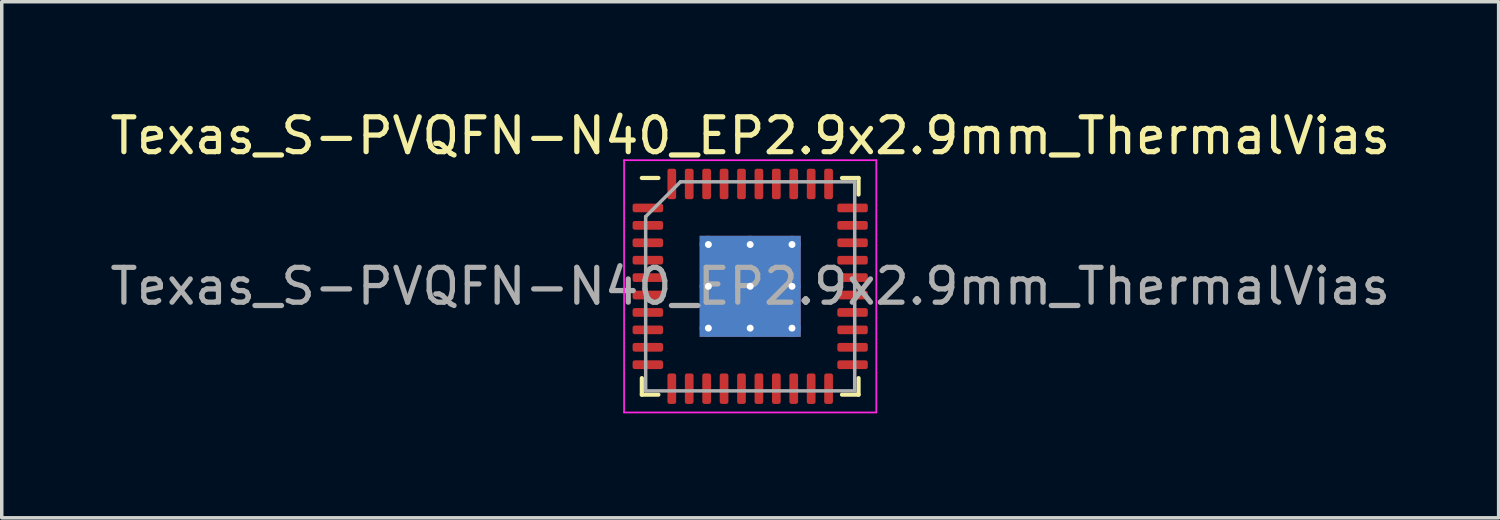
<source format=kicad_pcb>
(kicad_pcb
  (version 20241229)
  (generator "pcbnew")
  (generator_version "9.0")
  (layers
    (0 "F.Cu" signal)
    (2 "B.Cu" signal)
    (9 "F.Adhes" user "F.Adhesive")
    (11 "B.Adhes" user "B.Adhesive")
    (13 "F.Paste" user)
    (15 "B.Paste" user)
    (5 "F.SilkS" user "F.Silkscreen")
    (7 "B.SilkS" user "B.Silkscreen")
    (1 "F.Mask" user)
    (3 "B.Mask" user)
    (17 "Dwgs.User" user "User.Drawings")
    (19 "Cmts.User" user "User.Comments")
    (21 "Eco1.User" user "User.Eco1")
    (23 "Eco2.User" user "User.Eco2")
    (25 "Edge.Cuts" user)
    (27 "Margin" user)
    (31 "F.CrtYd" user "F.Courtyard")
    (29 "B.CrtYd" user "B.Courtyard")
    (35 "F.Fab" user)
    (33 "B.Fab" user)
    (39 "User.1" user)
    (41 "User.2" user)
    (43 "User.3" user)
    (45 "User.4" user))
  (footprint "Texas_S-PVQFN-N40_EP2.9x2.9mm_ThermalVias"
    (layer "F.Cu")
    (at 18.482 5.168)
    (property "Reference" "Texas_S-PVQFN-N40_EP2.9x2.9mm_ThermalVias" (at 0 -4.32 0) (layer "F.SilkS") (effects (font (size 1 1) (thickness 0.15))))
    (attr smd)
    (fp_line (start -3.11 3.11) (end -3.11 2.635) (stroke (width 0.12) (type solid)) (layer "F.SilkS"))
    (fp_line (start -2.635 -3.11) (end -3.11 -3.11) (stroke (width 0.12) (type solid)) (layer "F.SilkS"))
    (fp_line (start -2.635 3.11) (end -3.11 3.11) (stroke (width 0.12) (type solid)) (layer "F.SilkS"))
    (fp_line (start 2.635 -3.11) (end 3.11 -3.11) (stroke (width 0.12) (type solid)) (layer "F.SilkS"))
    (fp_line (start 2.635 3.11) (end 3.11 3.11) (stroke (width 0.12) (type solid)) (layer "F.SilkS"))
    (fp_line (start 3.11 -3.11) (end 3.11 -2.635) (stroke (width 0.12) (type solid)) (layer "F.SilkS"))
    (fp_line (start 3.11 3.11) (end 3.11 2.635) (stroke (width 0.12) (type solid)) (layer "F.SilkS"))
    (fp_line (start -3.62 -3.62) (end -3.62 3.62) (stroke (width 0.05) (type solid)) (layer "F.CrtYd"))
    (fp_line (start -3.62 3.62) (end 3.62 3.62) (stroke (width 0.05) (type solid)) (layer "F.CrtYd"))
    (fp_line (start 3.62 -3.62) (end -3.62 -3.62) (stroke (width 0.05) (type solid)) (layer "F.CrtYd"))
    (fp_line (start 3.62 3.62) (end 3.62 -3.62) (stroke (width 0.05) (type solid)) (layer "F.CrtYd"))
    (fp_line (start -3 -2) (end -2 -3) (stroke (width 0.1) (type solid)) (layer "F.Fab"))
    (fp_line (start -3 3) (end -3 -2) (stroke (width 0.1) (type solid)) (layer "F.Fab"))
    (fp_line (start -2 -3) (end 3 -3) (stroke (width 0.1) (type solid)) (layer "F.Fab"))
    (fp_line (start 3 -3) (end 3 3) (stroke (width 0.1) (type solid)) (layer "F.Fab"))
    (fp_line (start 3 3) (end -3 3) (stroke (width 0.1) (type solid)) (layer "F.Fab"))
    (fp_text user "${REFERENCE}" (at 0 0 0) (layer "F.Fab") (effects (font (size 1 1) (thickness 0.15))))
    (pad "" smd roundrect (at -0.725 -0.725) (size 1.21 1.21) (layers "F.Paste") (roundrect_rratio 0.207))
    (pad "" smd roundrect (at -0.725 0.725) (size 1.21 1.21) (layers "F.Paste") (roundrect_rratio 0.207))
    (pad "" smd roundrect (at 0.725 -0.725) (size 1.21 1.21) (layers "F.Paste") (roundrect_rratio 0.207))
    (pad "" smd roundrect (at 0.725 0.725) (size 1.21 1.21) (layers "F.Paste") (roundrect_rratio 0.207))
    (pad "1" smd roundrect (at -2.938 -2.25) (size 0.875 0.25) (layers "F.Cu" "F.Mask" "F.Paste") (roundrect_rratio 0.25))
    (pad "2" smd roundrect (at -2.938 -1.75) (size 0.875 0.25) (layers "F.Cu" "F.Mask" "F.Paste") (roundrect_rratio 0.25))
    (pad "3" smd roundrect (at -2.938 -1.25) (size 0.875 0.25) (layers "F.Cu" "F.Mask" "F.Paste") (roundrect_rratio 0.25))
    (pad "4" smd roundrect (at -2.938 -0.75) (size 0.875 0.25) (layers "F.Cu" "F.Mask" "F.Paste") (roundrect_rratio 0.25))
    (pad "5" smd roundrect (at -2.938 -0.25) (size 0.875 0.25) (layers "F.Cu" "F.Mask" "F.Paste") (roundrect_rratio 0.25))
    (pad "6" smd roundrect (at -2.938 0.25) (size 0.875 0.25) (layers "F.Cu" "F.Mask" "F.Paste") (roundrect_rratio 0.25))
    (pad "7" smd roundrect (at -2.938 0.75) (size 0.875 0.25) (layers "F.Cu" "F.Mask" "F.Paste") (roundrect_rratio 0.25))
    (pad "8" smd roundrect (at -2.938 1.25) (size 0.875 0.25) (layers "F.Cu" "F.Mask" "F.Paste") (roundrect_rratio 0.25))
    (pad "9" smd roundrect (at -2.938 1.75) (size 0.875 0.25) (layers "F.Cu" "F.Mask" "F.Paste") (roundrect_rratio 0.25))
    (pad "10" smd roundrect (at -2.938 2.25) (size 0.875 0.25) (layers "F.Cu" "F.Mask" "F.Paste") (roundrect_rratio 0.25))
    (pad "11" smd roundrect (at -2.25 2.938) (size 0.25 0.875) (layers "F.Cu" "F.Mask" "F.Paste") (roundrect_rratio 0.25))
    (pad "12" smd roundrect (at -1.75 2.938) (size 0.25 0.875) (layers "F.Cu" "F.Mask" "F.Paste") (roundrect_rratio 0.25))
    (pad "13" smd roundrect (at -1.25 2.938) (size 0.25 0.875) (layers "F.Cu" "F.Mask" "F.Paste") (roundrect_rratio 0.25))
    (pad "14" smd roundrect (at -0.75 2.938) (size 0.25 0.875) (layers "F.Cu" "F.Mask" "F.Paste") (roundrect_rratio 0.25))
    (pad "15" smd roundrect (at -0.25 2.938) (size 0.25 0.875) (layers "F.Cu" "F.Mask" "F.Paste") (roundrect_rratio 0.25))
    (pad "16" smd roundrect (at 0.25 2.938) (size 0.25 0.875) (layers "F.Cu" "F.Mask" "F.Paste") (roundrect_rratio 0.25))
    (pad "17" smd roundrect (at 0.75 2.938) (size 0.25 0.875) (layers "F.Cu" "F.Mask" "F.Paste") (roundrect_rratio 0.25))
    (pad "18" smd roundrect (at 1.25 2.938) (size 0.25 0.875) (layers "F.Cu" "F.Mask" "F.Paste") (roundrect_rratio 0.25))
    (pad "19" smd roundrect (at 1.75 2.938) (size 0.25 0.875) (layers "F.Cu" "F.Mask" "F.Paste") (roundrect_rratio 0.25))
    (pad "20" smd roundrect (at 2.25 2.938) (size 0.25 0.875) (layers "F.Cu" "F.Mask" "F.Paste") (roundrect_rratio 0.25))
    (pad "21" smd roundrect (at 2.938 2.25) (size 0.875 0.25) (layers "F.Cu" "F.Mask" "F.Paste") (roundrect_rratio 0.25))
    (pad "22" smd roundrect (at 2.938 1.75) (size 0.875 0.25) (layers "F.Cu" "F.Mask" "F.Paste") (roundrect_rratio 0.25))
    (pad "23" smd roundrect (at 2.938 1.25) (size 0.875 0.25) (layers "F.Cu" "F.Mask" "F.Paste") (roundrect_rratio 0.25))
    (pad "24" smd roundrect (at 2.938 0.75) (size 0.875 0.25) (layers "F.Cu" "F.Mask" "F.Paste") (roundrect_rratio 0.25))
    (pad "25" smd roundrect (at 2.938 0.25) (size 0.875 0.25) (layers "F.Cu" "F.Mask" "F.Paste") (roundrect_rratio 0.25))
    (pad "26" smd roundrect (at 2.938 -0.25) (size 0.875 0.25) (layers "F.Cu" "F.Mask" "F.Paste") (roundrect_rratio 0.25))
    (pad "27" smd roundrect (at 2.938 -0.75) (size 0.875 0.25) (layers "F.Cu" "F.Mask" "F.Paste") (roundrect_rratio 0.25))
    (pad "28" smd roundrect (at 2.938 -1.25) (size 0.875 0.25) (layers "F.Cu" "F.Mask" "F.Paste") (roundrect_rratio 0.25))
    (pad "29" smd roundrect (at 2.938 -1.75) (size 0.875 0.25) (layers "F.Cu" "F.Mask" "F.Paste") (roundrect_rratio 0.25))
    (pad "30" smd roundrect (at 2.938 -2.25) (size 0.875 0.25) (layers "F.Cu" "F.Mask" "F.Paste") (roundrect_rratio 0.25))
    (pad "31" smd roundrect (at 2.25 -2.938) (size 0.25 0.875) (layers "F.Cu" "F.Mask" "F.Paste") (roundrect_rratio 0.25))
    (pad "32" smd roundrect (at 1.75 -2.938) (size 0.25 0.875) (layers "F.Cu" "F.Mask" "F.Paste") (roundrect_rratio 0.25))
    (pad "33" smd roundrect (at 1.25 -2.938) (size 0.25 0.875) (layers "F.Cu" "F.Mask" "F.Paste") (roundrect_rratio 0.25))
    (pad "34" smd roundrect (at 0.75 -2.938) (size 0.25 0.875) (layers "F.Cu" "F.Mask" "F.Paste") (roundrect_rratio 0.25))
    (pad "35" smd roundrect (at 0.25 -2.938) (size 0.25 0.875) (layers "F.Cu" "F.Mask" "F.Paste") (roundrect_rratio 0.25))
    (pad "36" smd roundrect (at -0.25 -2.938) (size 0.25 0.875) (layers "F.Cu" "F.Mask" "F.Paste") (roundrect_rratio 0.25))
    (pad "37" smd roundrect (at -0.75 -2.938) (size 0.25 0.875) (layers "F.Cu" "F.Mask" "F.Paste") (roundrect_rratio 0.25))
    (pad "38" smd roundrect (at -1.25 -2.938) (size 0.25 0.875) (layers "F.Cu" "F.Mask" "F.Paste") (roundrect_rratio 0.25))
    (pad "39" smd roundrect (at -1.75 -2.938) (size 0.25 0.875) (layers "F.Cu" "F.Mask" "F.Paste") (roundrect_rratio 0.25))
    (pad "40" smd roundrect (at -2.25 -2.938) (size 0.25 0.875) (layers "F.Cu" "F.Mask" "F.Paste") (roundrect_rratio 0.25))
    (pad "41" thru_hole circle (at -1.2 -1.2) (size 0.5 0.5) (drill 0.2) (layers "*.Cu"))
    (pad "41" thru_hole circle (at -1.2 0) (size 0.5 0.5) (drill 0.2) (layers "*.Cu"))
    (pad "41" thru_hole circle (at -1.2 1.2) (size 0.5 0.5) (drill 0.2) (layers "*.Cu"))
    (pad "41" thru_hole circle (at 0 -1.2) (size 0.5 0.5) (drill 0.2) (layers "*.Cu"))
    (pad "41" thru_hole circle (at 0 0) (size 0.5 0.5) (drill 0.2) (layers "*.Cu"))
    (pad "41" smd rect (at 0 0) (size 2.9 2.9) (layers "F.Cu" "F.Mask"))
    (pad "41" smd rect (at 0 0) (size 2.9 2.9) (layers "B.Cu"))
    (pad "41" thru_hole circle (at 0 1.2) (size 0.5 0.5) (drill 0.2) (layers "*.Cu"))
    (pad "41" thru_hole circle (at 1.2 -1.2) (size 0.5 0.5) (drill 0.2) (layers "*.Cu"))
    (pad "41" thru_hole circle (at 1.2 0) (size 0.5 0.5) (drill 0.2) (layers "*.Cu"))
    (pad "41" thru_hole circle (at 1.2 1.2) (size 0.5 0.5) (drill 0.2) (layers "*.Cu")))
  (gr_rect
    (start -3 -3)
    (end 39.964 11.813)
    (stroke (width 0.1) (type default))
    (fill no)
    (layer "Edge.Cuts")))
</source>
